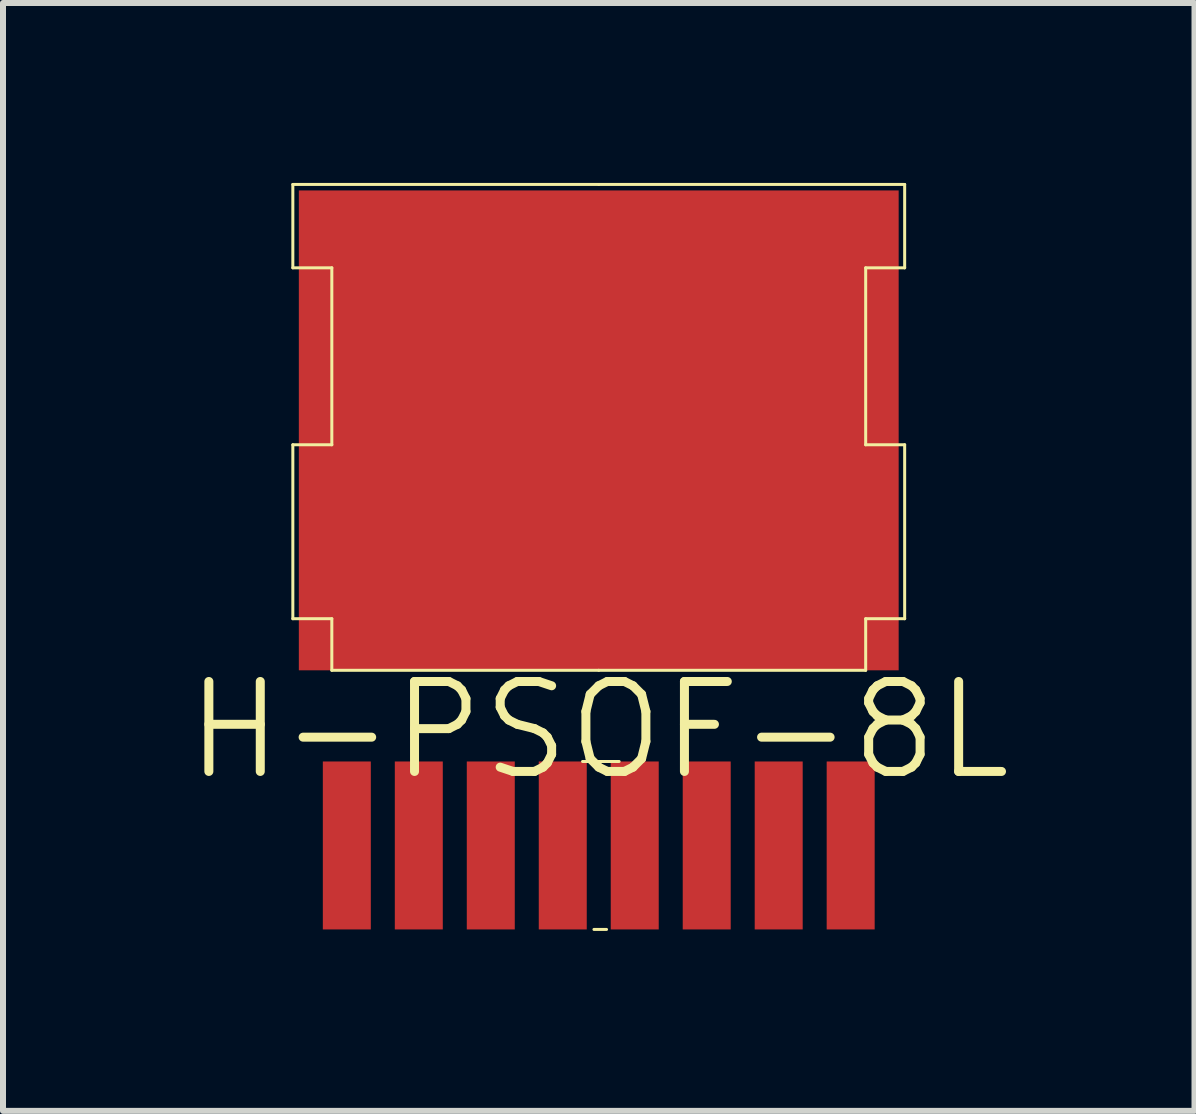
<source format=kicad_pcb>
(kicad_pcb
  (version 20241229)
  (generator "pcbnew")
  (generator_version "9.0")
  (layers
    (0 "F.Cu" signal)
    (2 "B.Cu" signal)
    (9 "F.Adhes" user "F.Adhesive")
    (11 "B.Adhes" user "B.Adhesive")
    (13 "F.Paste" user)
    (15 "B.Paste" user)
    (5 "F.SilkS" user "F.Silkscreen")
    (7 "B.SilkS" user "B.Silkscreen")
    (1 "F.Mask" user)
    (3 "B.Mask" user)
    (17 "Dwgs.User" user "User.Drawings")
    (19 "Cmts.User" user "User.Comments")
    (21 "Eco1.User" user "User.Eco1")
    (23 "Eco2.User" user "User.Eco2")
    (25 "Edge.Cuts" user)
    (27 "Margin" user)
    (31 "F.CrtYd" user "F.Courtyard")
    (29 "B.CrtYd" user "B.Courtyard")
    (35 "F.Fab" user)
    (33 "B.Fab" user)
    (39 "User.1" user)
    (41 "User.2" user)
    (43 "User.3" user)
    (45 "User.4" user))
  (footprint "H-PSOF-8L"
    (layer "F.Cu")
    (at 6.932 8.125)
    (property "Reference" "H-PSOF-8L" (at 0 1 0) (layer "F.SilkS") (effects (font (size 1.5 1.5) (thickness 0.15))))
    (attr through_hole)
    (fp_line (start -5.1 -8.1) (end 0 -8.1) (stroke (width 0.05) (type solid)) (layer "F.SilkS"))
    (fp_line (start -5.1 -6.71) (end -5.1 -8.1) (stroke (width 0.05) (type solid)) (layer "F.SilkS"))
    (fp_line (start -5.1 -0.86) (end -5.1 -3.76) (stroke (width 0.05) (type solid)) (layer "F.SilkS"))
    (fp_line (start -4.45 -6.71) (end -5.1 -6.71) (stroke (width 0.05) (type solid)) (layer "F.SilkS"))
    (fp_line (start -4.45 -3.76) (end -5.1 -3.76) (stroke (width 0.05) (type solid)) (layer "F.SilkS"))
    (fp_line (start -4.45 -3.76) (end -4.45 -6.71) (stroke (width 0.05) (type solid)) (layer "F.SilkS"))
    (fp_line (start -4.45 -0.86) (end -5.1 -0.86) (stroke (width 0.05) (type solid)) (layer "F.SilkS"))
    (fp_line (start -4.45 0) (end -4.45 -0.86) (stroke (width 0.05) (type solid)) (layer "F.SilkS"))
    (fp_line (start -0.27 1.52) (end 0.34 1.52) (stroke (width 0.05) (type solid)) (layer "F.SilkS"))
    (fp_line (start -0.08 4.32) (end 0.13 4.32) (stroke (width 0.05) (type solid)) (layer "F.SilkS"))
    (fp_line (start 0 0) (end -4.45 0) (stroke (width 0.05) (type solid)) (layer "F.SilkS"))
    (fp_line (start 0 0) (end 4.45 0) (stroke (width 0.05) (type solid)) (layer "F.SilkS"))
    (fp_line (start 4.45 -6.71) (end 5.1 -6.71) (stroke (width 0.05) (type solid)) (layer "F.SilkS"))
    (fp_line (start 4.45 -3.76) (end 4.45 -6.71) (stroke (width 0.05) (type solid)) (layer "F.SilkS"))
    (fp_line (start 4.45 -3.76) (end 5.1 -3.76) (stroke (width 0.05) (type solid)) (layer "F.SilkS"))
    (fp_line (start 4.45 -0.86) (end 5.1 -0.86) (stroke (width 0.05) (type solid)) (layer "F.SilkS"))
    (fp_line (start 4.45 0) (end 4.45 -0.86) (stroke (width 0.05) (type solid)) (layer "F.SilkS"))
    (fp_line (start 5.1 -8.1) (end 0 -8.1) (stroke (width 0.05) (type solid)) (layer "F.SilkS"))
    (fp_line (start 5.1 -6.71) (end 5.1 -8.1) (stroke (width 0.05) (type solid)) (layer "F.SilkS"))
    (fp_line (start 5.1 -0.86) (end 5.1 -3.76) (stroke (width 0.05) (type solid)) (layer "F.SilkS"))
    (pad "1" smd trapezoid (at -4.2 2.92) (size 0.8 2.8) (layers "F.Cu" "F.Mask" "F.Paste"))
    (pad "2" smd trapezoid (at -3 2.92) (size 0.8 2.8) (layers "F.Cu" "F.Mask" "F.Paste"))
    (pad "3" smd trapezoid (at -1.8 2.92) (size 0.8 2.8) (layers "F.Cu" "F.Mask" "F.Paste"))
    (pad "4" smd trapezoid (at -0.6 2.92) (size 0.8 2.8) (layers "F.Cu" "F.Mask" "F.Paste"))
    (pad "5" smd trapezoid (at 0.6 2.92) (size 0.8 2.8) (layers "F.Cu" "F.Mask" "F.Paste"))
    (pad "6" smd trapezoid (at 1.8 2.92) (size 0.8 2.8) (layers "F.Cu" "F.Mask" "F.Paste"))
    (pad "7" smd trapezoid (at 3 2.92) (size 0.8 2.8) (layers "F.Cu" "F.Mask" "F.Paste"))
    (pad "8" smd trapezoid (at 4.2 2.92) (size 0.8 2.8) (layers "F.Cu" "F.Mask" "F.Paste"))
    (pad "D" smd trapezoid (at 0 -4) (size 10 8) (layers "F.Cu" "F.Mask" "F.Paste")))
  (gr_rect
    (start -3 -3)
    (end 16.864 15.47)
    (stroke (width 0.1) (type default))
    (fill no)
    (layer "Edge.Cuts")))
</source>
